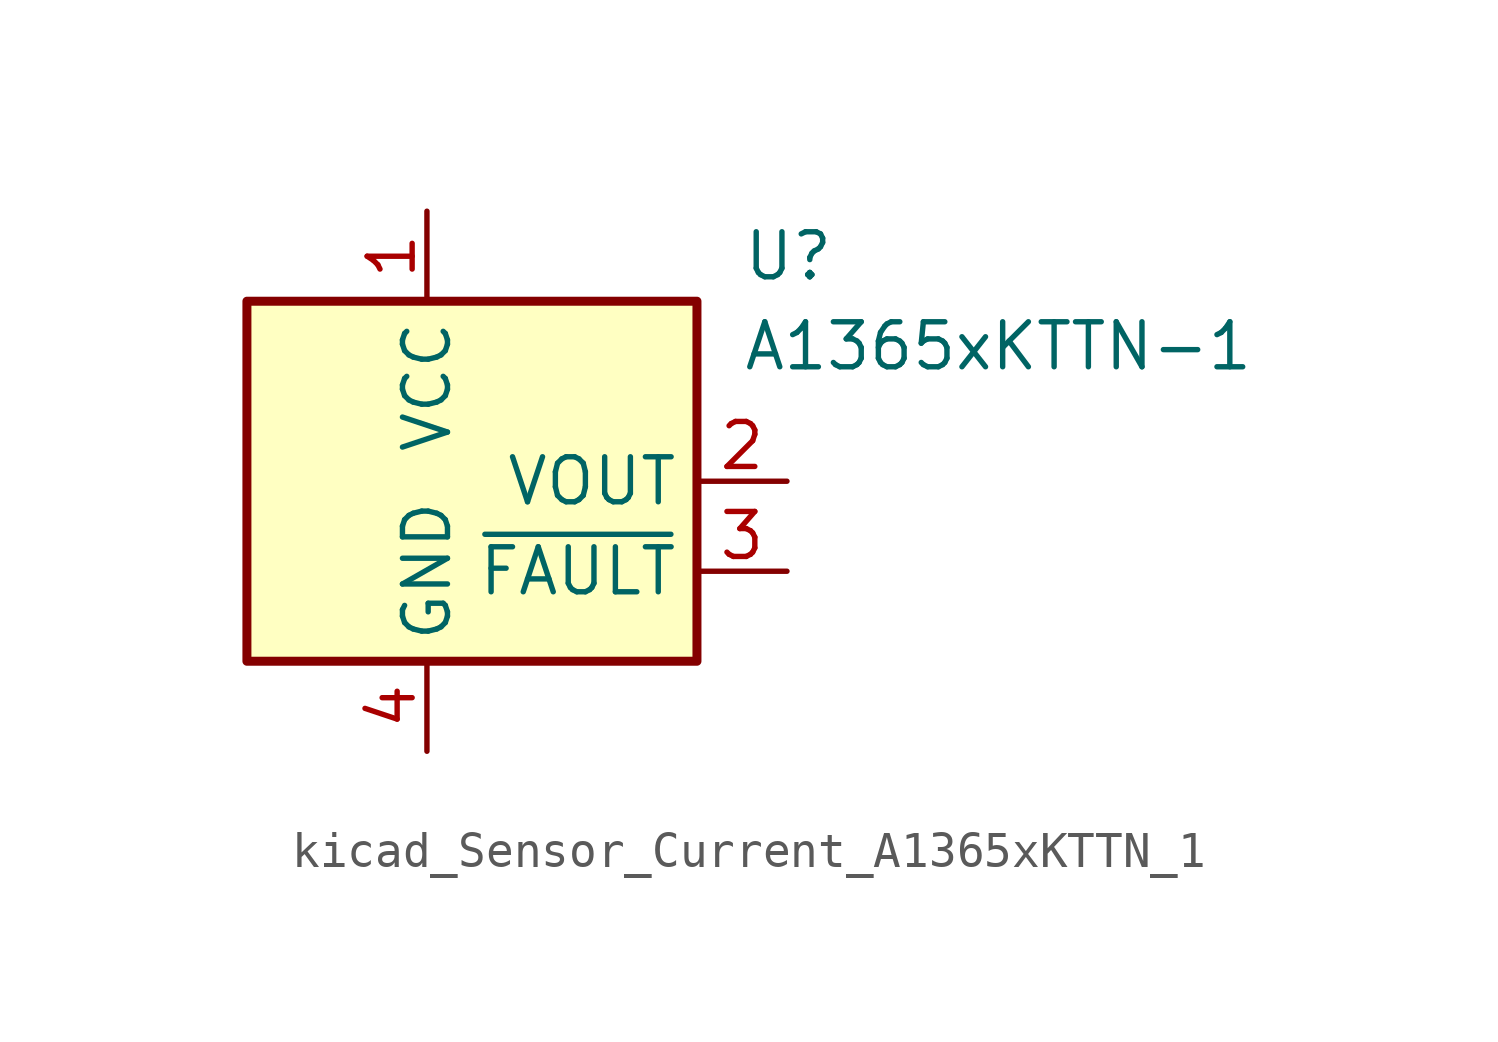
<source format=kicad_sym>
(kicad_symbol_lib
  (version 20220914)
  (generator kicad_symbol_editor)
  (symbol "kicad_Sensor_Current_A1365xKTTN_1"
    (property "Reference" "U"
      (at 8.89 6.35 0)
      (effects (font (size 1.27 1.27)) (justify left)))
    (property "Value" "A1365xKTTN-1"
      (at 8.89 3.81 0)
      (effects (font (size 1.27 1.27)) (justify left)))
    (symbol "kicad_Sensor_Current_A1365xKTTN_1_0_1"
      (rectangle (start -5.08 5.08) (end 7.62 -5.08) (stroke (width 0.254) (type default)) (fill (type background))))
    (symbol "kicad_Sensor_Current_A1365xKTTN_1_1_1"
      (pin power_in line (at 0 7.62 270) (length 2.54) (name "VCC" (effects (font (size 1.27 1.27)))) (number "1" (effects (font (size 1.27 1.27)))))
      (pin output line (at 10.16 0 180) (length 2.54) (name "VOUT" (effects (font (size 1.27 1.27)))) (number "2" (effects (font (size 1.27 1.27)))))
      (pin output line (at 10.16 -2.54 180) (length 2.54) (name "~{FAULT}" (effects (font (size 1.27 1.27)))) (number "3" (effects (font (size 1.27 1.27)))))
      (pin power_in line (at 0 -7.62 90) (length 2.54) (name "GND" (effects (font (size 1.27 1.27)))) (number "4" (effects (font (size 1.27 1.27))))))))
</source>
